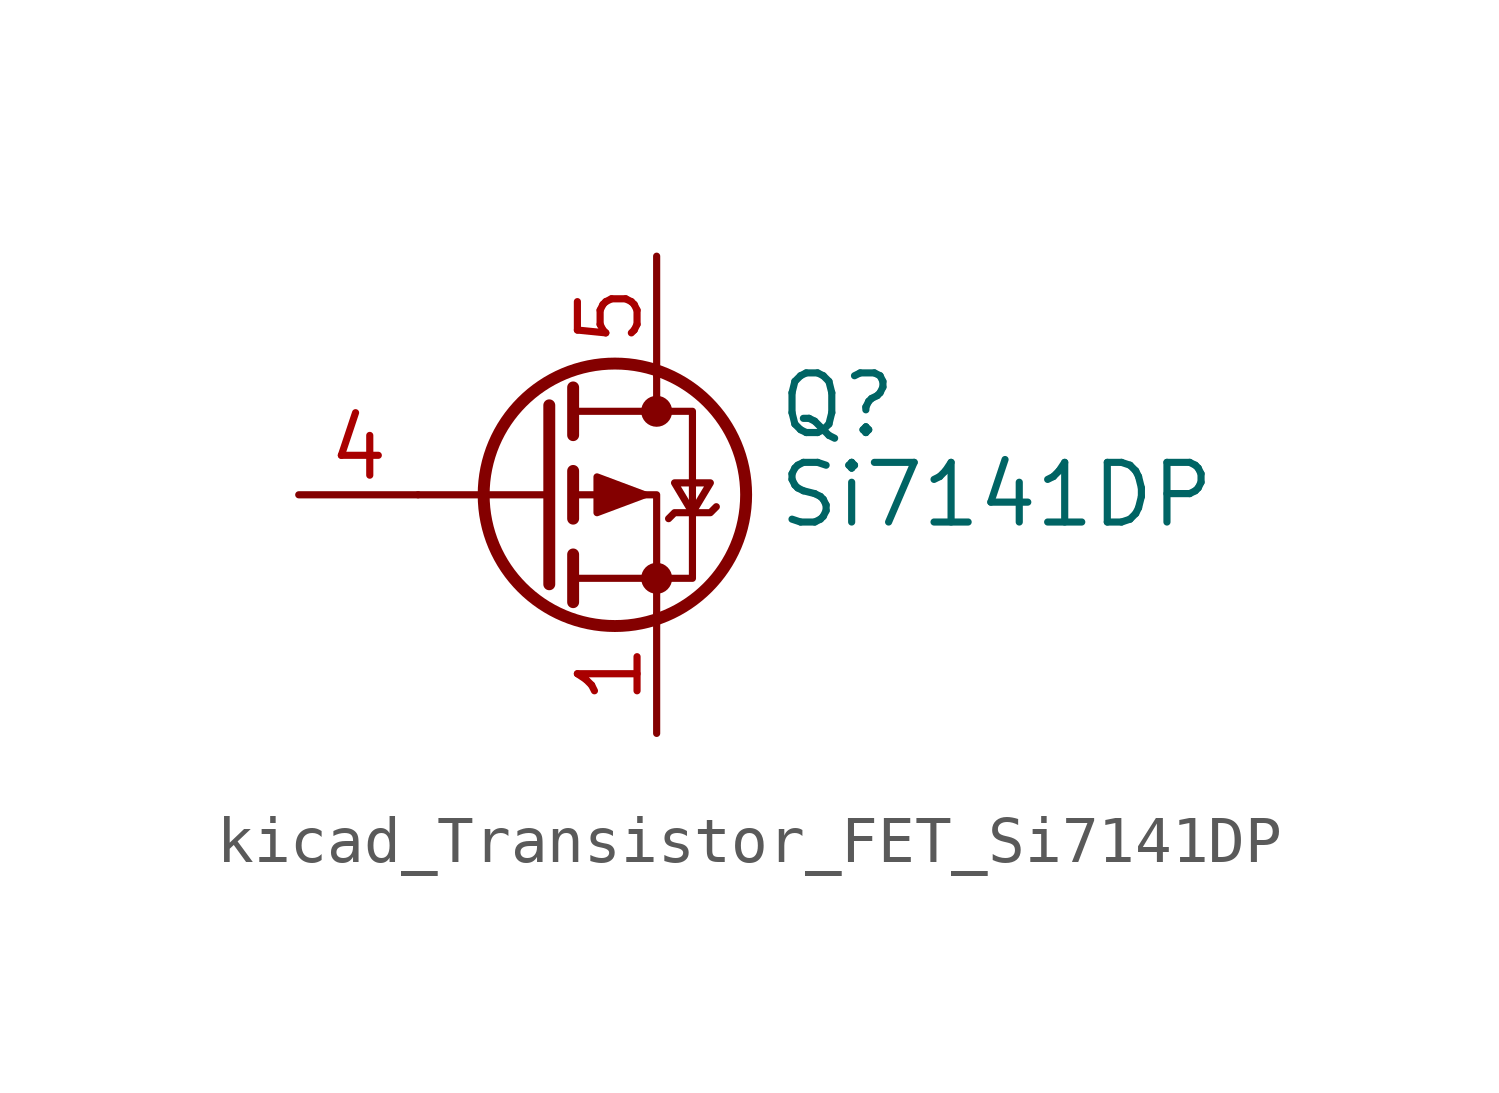
<source format=kicad_sym>
(kicad_symbol_lib
  (version 20220914)
  (generator kicad_symbol_editor)
  (symbol "kicad_Transistor_FET_Si7141DP"
    (pin_names hide)
    (property "Reference" "Q"
      (at 5.08 1.905 0)
      (effects (font (size 1.27 1.27)) (justify left)))
    (property "Value" "Si7141DP"
      (at 5.08 0 0)
      (effects (font (size 1.27 1.27)) (justify left)))
    (symbol "kicad_Transistor_FET_Si7141DP_0_1"
      (polyline (pts (xy 0.254 0) (xy -2.54 0)) (stroke (width 0) (type default)) (fill (type none)))
      (polyline (pts (xy 0.254 1.905) (xy 0.254 -1.905)) (stroke (width 0.254) (type default)) (fill (type none)))
      (polyline (pts (xy 0.762 -1.27) (xy 0.762 -2.286)) (stroke (width 0.254) (type default)) (fill (type none)))
      (polyline (pts (xy 0.762 0.508) (xy 0.762 -0.508)) (stroke (width 0.254) (type default)) (fill (type none)))
      (polyline (pts (xy 0.762 2.286) (xy 0.762 1.27)) (stroke (width 0.254) (type default)) (fill (type none)))
      (polyline (pts (xy 2.54 2.54) (xy 2.54 1.778)) (stroke (width 0) (type default)) (fill (type none)))
      (polyline (pts (xy 2.54 -2.54) (xy 2.54 0) (xy 0.762 0)) (stroke (width 0) (type default)) (fill (type none)))
      (polyline (pts (xy 0.762 1.778) (xy 3.302 1.778) (xy 3.302 -1.778) (xy 0.762 -1.778)) (stroke (width 0) (type default)) (fill (type none)))
      (polyline (pts (xy 2.286 0) (xy 1.27 0.381) (xy 1.27 -0.381) (xy 2.286 0)) (stroke (width 0) (type default)) (fill (type outline)))
      (polyline (pts (xy 2.794 -0.508) (xy 2.921 -0.381) (xy 3.683 -0.381) (xy 3.81 -0.254)) (stroke (width 0) (type default)) (fill (type none)))
      (polyline (pts (xy 3.302 -0.381) (xy 2.921 0.254) (xy 3.683 0.254) (xy 3.302 -0.381)) (stroke (width 0) (type default)) (fill (type none)))
      (circle (center 1.651 0) (radius 2.794) (stroke (width 0.254) (type default)) (fill (type none)))
      (circle (center 2.54 -1.778) (radius 0.254) (stroke (width 0) (type default)) (fill (type outline)))
      (circle (center 2.54 1.778) (radius 0.254) (stroke (width 0) (type default)) (fill (type outline))))
    (symbol "kicad_Transistor_FET_Si7141DP_1_1"
      (pin passive line (at 2.54 -5.08 90) (length 2.54) (name "S" (effects (font (size 1.27 1.27)))) (number "1" (effects (font (size 1.27 1.27)))))
      (pin passive line (at 2.54 -5.08 90) (length 2.54) hide (name "S" (effects (font (size 1.27 1.27)))) (number "2" (effects (font (size 1.27 1.27)))))
      (pin passive line (at 2.54 -5.08 90) (length 2.54) hide (name "S" (effects (font (size 1.27 1.27)))) (number "3" (effects (font (size 1.27 1.27)))))
      (pin input line (at -5.08 0 0) (length 2.54) (name "G" (effects (font (size 1.27 1.27)))) (number "4" (effects (font (size 1.27 1.27)))))
      (pin passive line (at 2.54 5.08 270) (length 2.54) (name "D" (effects (font (size 1.27 1.27)))) (number "5" (effects (font (size 1.27 1.27))))))))
</source>
